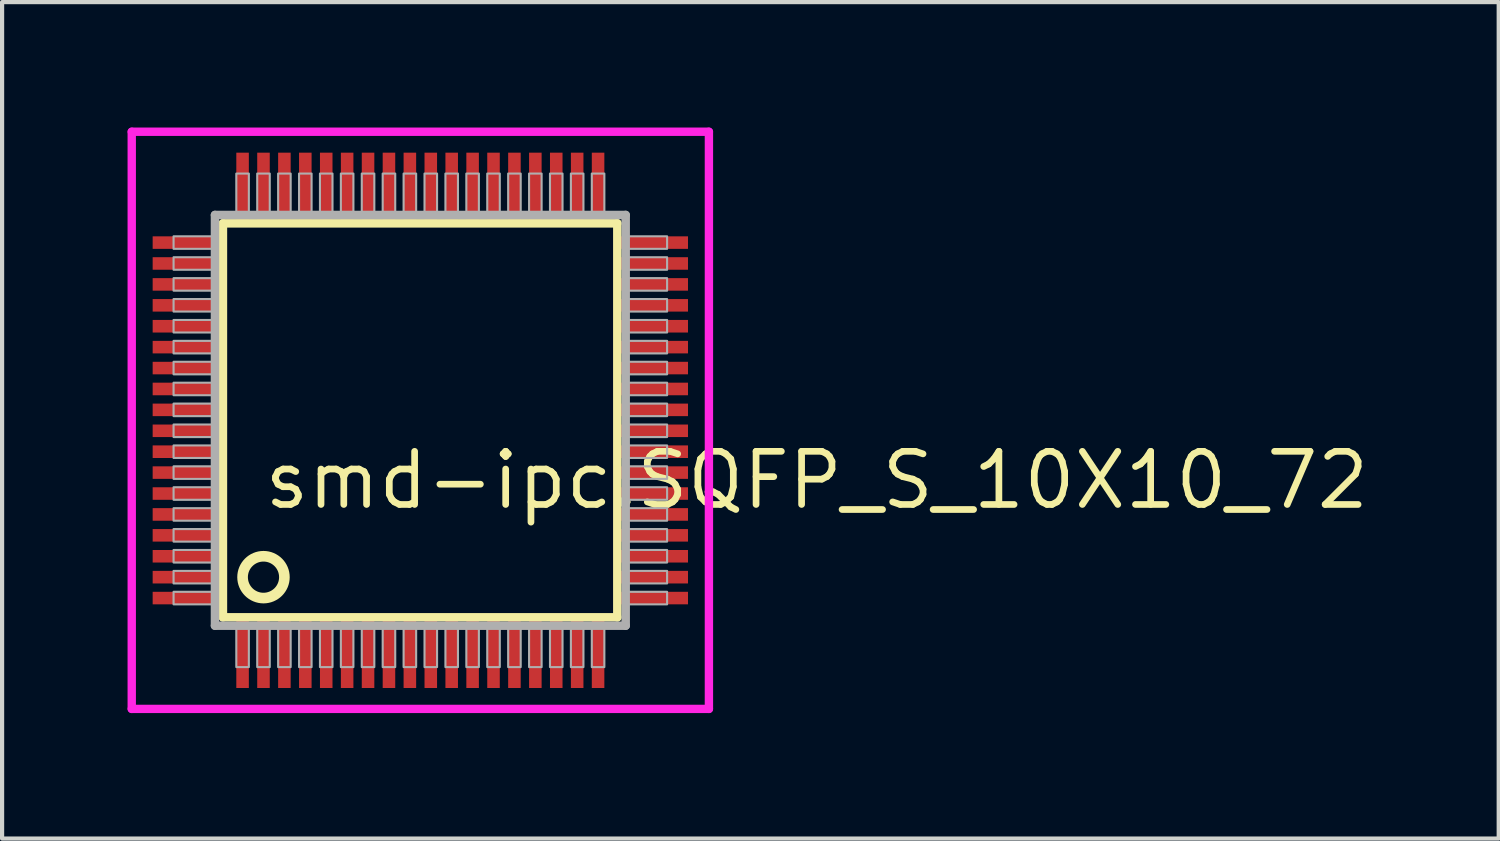
<source format=kicad_pcb>
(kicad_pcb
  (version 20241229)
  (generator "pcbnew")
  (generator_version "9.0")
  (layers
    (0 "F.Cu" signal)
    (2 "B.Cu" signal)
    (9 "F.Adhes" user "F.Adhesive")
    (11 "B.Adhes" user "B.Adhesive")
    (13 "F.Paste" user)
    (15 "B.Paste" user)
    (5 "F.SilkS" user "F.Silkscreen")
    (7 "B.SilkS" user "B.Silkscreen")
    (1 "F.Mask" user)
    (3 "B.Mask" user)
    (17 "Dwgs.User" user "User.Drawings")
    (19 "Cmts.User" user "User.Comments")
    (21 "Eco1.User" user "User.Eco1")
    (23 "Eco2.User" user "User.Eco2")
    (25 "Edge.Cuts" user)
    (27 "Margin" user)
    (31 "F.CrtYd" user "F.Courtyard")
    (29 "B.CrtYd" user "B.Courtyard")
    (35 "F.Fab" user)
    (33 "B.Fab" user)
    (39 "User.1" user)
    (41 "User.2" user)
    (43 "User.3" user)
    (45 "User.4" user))
  (footprint "smd-ipc.SQFP_S_10X10_72"
    (layer "F.Cu")
    (at 7 7)
    (property "Reference" "smd-ipc.SQFP_S_10X10_72" (at -3.81 2.175 0) (layer "F.SilkS") (effects (font (size 1.27 1.27) (thickness 0.16)) (justify left bottom)))
    (attr smd)
    (fp_line (start -4.72 -4.71) (end 4.71 -4.71) (stroke (width 0.203) (type default)) (layer "F.SilkS"))
    (fp_line (start -4.72 4.71) (end -4.72 -4.71) (stroke (width 0.203) (type default)) (layer "F.SilkS"))
    (fp_line (start 4.71 -4.71) (end 4.71 4.71) (stroke (width 0.203) (type default)) (layer "F.SilkS"))
    (fp_line (start 4.71 4.71) (end -4.72 4.71) (stroke (width 0.203) (type default)) (layer "F.SilkS"))
    (fp_circle (center -3.75 3.75) (end -3.25 3.75) (stroke (width 0.254) (type default)) (fill no) (layer "F.SilkS"))
    (fp_line (start -6.9 -6.9) (end 6.9 -6.9) (stroke (width 0.2) (type default)) (layer "F.CrtYd"))
    (fp_line (start -6.9 6.9) (end -6.9 -6.9) (stroke (width 0.2) (type default)) (layer "F.CrtYd"))
    (fp_line (start 6.9 -6.9) (end 6.9 6.9) (stroke (width 0.2) (type default)) (layer "F.CrtYd"))
    (fp_line (start 6.9 6.9) (end -6.9 6.9) (stroke (width 0.2) (type default)) (layer "F.CrtYd"))
    (fp_line (start -4.91 -4.91) (end -4.91 4.91) (stroke (width 0.203) (type default)) (layer "F.Fab"))
    (fp_line (start -4.91 4.91) (end 4.91 4.91) (stroke (width 0.203) (type default)) (layer "F.Fab"))
    (fp_line (start 4.91 -4.91) (end -4.91 -4.91) (stroke (width 0.203) (type default)) (layer "F.Fab"))
    (fp_line (start 4.91 4.91) (end 4.91 -4.91) (stroke (width 0.203) (type default)) (layer "F.Fab"))
    (fp_rect (start -5.9 -4.1) (end -4.95 -4.4) (stroke (width 0.05) (type default)) (fill no) (layer "F.Fab"))
    (fp_rect (start -5.9 -3.6) (end -4.95 -3.9) (stroke (width 0.05) (type default)) (fill no) (layer "F.Fab"))
    (fp_rect (start -5.9 -3.1) (end -4.95 -3.4) (stroke (width 0.05) (type default)) (fill no) (layer "F.Fab"))
    (fp_rect (start -5.9 -2.6) (end -4.95 -2.9) (stroke (width 0.05) (type default)) (fill no) (layer "F.Fab"))
    (fp_rect (start -5.9 -2.1) (end -4.95 -2.4) (stroke (width 0.05) (type default)) (fill no) (layer "F.Fab"))
    (fp_rect (start -5.9 -1.6) (end -4.95 -1.9) (stroke (width 0.05) (type default)) (fill no) (layer "F.Fab"))
    (fp_rect (start -5.9 -1.1) (end -4.95 -1.4) (stroke (width 0.05) (type default)) (fill no) (layer "F.Fab"))
    (fp_rect (start -5.9 -0.6) (end -4.95 -0.9) (stroke (width 0.05) (type default)) (fill no) (layer "F.Fab"))
    (fp_rect (start -5.9 -0.1) (end -4.95 -0.4) (stroke (width 0.05) (type default)) (fill no) (layer "F.Fab"))
    (fp_rect (start -5.9 0.4) (end -4.95 0.1) (stroke (width 0.05) (type default)) (fill no) (layer "F.Fab"))
    (fp_rect (start -5.9 0.9) (end -4.95 0.6) (stroke (width 0.05) (type default)) (fill no) (layer "F.Fab"))
    (fp_rect (start -5.9 1.4) (end -4.95 1.1) (stroke (width 0.05) (type default)) (fill no) (layer "F.Fab"))
    (fp_rect (start -5.9 1.9) (end -4.95 1.6) (stroke (width 0.05) (type default)) (fill no) (layer "F.Fab"))
    (fp_rect (start -5.9 2.4) (end -4.95 2.1) (stroke (width 0.05) (type default)) (fill no) (layer "F.Fab"))
    (fp_rect (start -5.9 2.9) (end -4.95 2.6) (stroke (width 0.05) (type default)) (fill no) (layer "F.Fab"))
    (fp_rect (start -5.9 3.4) (end -4.95 3.1) (stroke (width 0.05) (type default)) (fill no) (layer "F.Fab"))
    (fp_rect (start -5.9 3.9) (end -4.95 3.6) (stroke (width 0.05) (type default)) (fill no) (layer "F.Fab"))
    (fp_rect (start -5.9 4.4) (end -4.95 4.1) (stroke (width 0.05) (type default)) (fill no) (layer "F.Fab"))
    (fp_rect (start -4.4 -4.95) (end -4.1 -5.9) (stroke (width 0.05) (type default)) (fill no) (layer "F.Fab"))
    (fp_rect (start -4.4 5.9) (end -4.1 4.95) (stroke (width 0.05) (type default)) (fill no) (layer "F.Fab"))
    (fp_rect (start -3.9 -4.95) (end -3.6 -5.9) (stroke (width 0.05) (type default)) (fill no) (layer "F.Fab"))
    (fp_rect (start -3.9 5.9) (end -3.6 4.95) (stroke (width 0.05) (type default)) (fill no) (layer "F.Fab"))
    (fp_rect (start -3.4 -4.95) (end -3.1 -5.9) (stroke (width 0.05) (type default)) (fill no) (layer "F.Fab"))
    (fp_rect (start -3.4 5.9) (end -3.1 4.95) (stroke (width 0.05) (type default)) (fill no) (layer "F.Fab"))
    (fp_rect (start -2.9 -4.95) (end -2.6 -5.9) (stroke (width 0.05) (type default)) (fill no) (layer "F.Fab"))
    (fp_rect (start -2.9 5.9) (end -2.6 4.95) (stroke (width 0.05) (type default)) (fill no) (layer "F.Fab"))
    (fp_rect (start -2.4 -4.95) (end -2.1 -5.9) (stroke (width 0.05) (type default)) (fill no) (layer "F.Fab"))
    (fp_rect (start -2.4 5.9) (end -2.1 4.95) (stroke (width 0.05) (type default)) (fill no) (layer "F.Fab"))
    (fp_rect (start -1.9 -4.95) (end -1.6 -5.9) (stroke (width 0.05) (type default)) (fill no) (layer "F.Fab"))
    (fp_rect (start -1.9 5.9) (end -1.6 4.95) (stroke (width 0.05) (type default)) (fill no) (layer "F.Fab"))
    (fp_rect (start -1.4 -4.95) (end -1.1 -5.9) (stroke (width 0.05) (type default)) (fill no) (layer "F.Fab"))
    (fp_rect (start -1.4 5.9) (end -1.1 4.95) (stroke (width 0.05) (type default)) (fill no) (layer "F.Fab"))
    (fp_rect (start -0.9 -4.95) (end -0.6 -5.9) (stroke (width 0.05) (type default)) (fill no) (layer "F.Fab"))
    (fp_rect (start -0.9 5.9) (end -0.6 4.95) (stroke (width 0.05) (type default)) (fill no) (layer "F.Fab"))
    (fp_rect (start -0.4 -4.95) (end -0.1 -5.9) (stroke (width 0.05) (type default)) (fill no) (layer "F.Fab"))
    (fp_rect (start -0.4 5.9) (end -0.1 4.95) (stroke (width 0.05) (type default)) (fill no) (layer "F.Fab"))
    (fp_rect (start 0.1 -4.95) (end 0.4 -5.9) (stroke (width 0.05) (type default)) (fill no) (layer "F.Fab"))
    (fp_rect (start 0.1 5.9) (end 0.4 4.95) (stroke (width 0.05) (type default)) (fill no) (layer "F.Fab"))
    (fp_rect (start 0.6 -4.95) (end 0.9 -5.9) (stroke (width 0.05) (type default)) (fill no) (layer "F.Fab"))
    (fp_rect (start 0.6 5.9) (end 0.9 4.95) (stroke (width 0.05) (type default)) (fill no) (layer "F.Fab"))
    (fp_rect (start 1.1 -4.95) (end 1.4 -5.9) (stroke (width 0.05) (type default)) (fill no) (layer "F.Fab"))
    (fp_rect (start 1.1 5.9) (end 1.4 4.95) (stroke (width 0.05) (type default)) (fill no) (layer "F.Fab"))
    (fp_rect (start 1.6 -4.95) (end 1.9 -5.9) (stroke (width 0.05) (type default)) (fill no) (layer "F.Fab"))
    (fp_rect (start 1.6 5.9) (end 1.9 4.95) (stroke (width 0.05) (type default)) (fill no) (layer "F.Fab"))
    (fp_rect (start 2.1 -4.95) (end 2.4 -5.9) (stroke (width 0.05) (type default)) (fill no) (layer "F.Fab"))
    (fp_rect (start 2.1 5.9) (end 2.4 4.95) (stroke (width 0.05) (type default)) (fill no) (layer "F.Fab"))
    (fp_rect (start 2.6 -4.95) (end 2.9 -5.9) (stroke (width 0.05) (type default)) (fill no) (layer "F.Fab"))
    (fp_rect (start 2.6 5.9) (end 2.9 4.95) (stroke (width 0.05) (type default)) (fill no) (layer "F.Fab"))
    (fp_rect (start 3.1 -4.95) (end 3.4 -5.9) (stroke (width 0.05) (type default)) (fill no) (layer "F.Fab"))
    (fp_rect (start 3.1 5.9) (end 3.4 4.95) (stroke (width 0.05) (type default)) (fill no) (layer "F.Fab"))
    (fp_rect (start 3.6 -4.95) (end 3.9 -5.9) (stroke (width 0.05) (type default)) (fill no) (layer "F.Fab"))
    (fp_rect (start 3.6 5.9) (end 3.9 4.95) (stroke (width 0.05) (type default)) (fill no) (layer "F.Fab"))
    (fp_rect (start 4.1 -4.95) (end 4.4 -5.9) (stroke (width 0.05) (type default)) (fill no) (layer "F.Fab"))
    (fp_rect (start 4.1 5.9) (end 4.4 4.95) (stroke (width 0.05) (type default)) (fill no) (layer "F.Fab"))
    (fp_rect (start 4.95 -4.1) (end 5.9 -4.4) (stroke (width 0.05) (type default)) (fill no) (layer "F.Fab"))
    (fp_rect (start 4.95 -3.6) (end 5.9 -3.9) (stroke (width 0.05) (type default)) (fill no) (layer "F.Fab"))
    (fp_rect (start 4.95 -3.1) (end 5.9 -3.4) (stroke (width 0.05) (type default)) (fill no) (layer "F.Fab"))
    (fp_rect (start 4.95 -2.6) (end 5.9 -2.9) (stroke (width 0.05) (type default)) (fill no) (layer "F.Fab"))
    (fp_rect (start 4.95 -2.1) (end 5.9 -2.4) (stroke (width 0.05) (type default)) (fill no) (layer "F.Fab"))
    (fp_rect (start 4.95 -1.6) (end 5.9 -1.9) (stroke (width 0.05) (type default)) (fill no) (layer "F.Fab"))
    (fp_rect (start 4.95 -1.1) (end 5.9 -1.4) (stroke (width 0.05) (type default)) (fill no) (layer "F.Fab"))
    (fp_rect (start 4.95 -0.6) (end 5.9 -0.9) (stroke (width 0.05) (type default)) (fill no) (layer "F.Fab"))
    (fp_rect (start 4.95 -0.1) (end 5.9 -0.4) (stroke (width 0.05) (type default)) (fill no) (layer "F.Fab"))
    (fp_rect (start 4.95 0.4) (end 5.9 0.1) (stroke (width 0.05) (type default)) (fill no) (layer "F.Fab"))
    (fp_rect (start 4.95 0.9) (end 5.9 0.6) (stroke (width 0.05) (type default)) (fill no) (layer "F.Fab"))
    (fp_rect (start 4.95 1.4) (end 5.9 1.1) (stroke (width 0.05) (type default)) (fill no) (layer "F.Fab"))
    (fp_rect (start 4.95 1.9) (end 5.9 1.6) (stroke (width 0.05) (type default)) (fill no) (layer "F.Fab"))
    (fp_rect (start 4.95 2.4) (end 5.9 2.1) (stroke (width 0.05) (type default)) (fill no) (layer "F.Fab"))
    (fp_rect (start 4.95 2.9) (end 5.9 2.6) (stroke (width 0.05) (type default)) (fill no) (layer "F.Fab"))
    (fp_rect (start 4.95 3.4) (end 5.9 3.1) (stroke (width 0.05) (type default)) (fill no) (layer "F.Fab"))
    (fp_rect (start 4.95 3.9) (end 5.9 3.6) (stroke (width 0.05) (type default)) (fill no) (layer "F.Fab"))
    (fp_rect (start 4.95 4.4) (end 5.9 4.1) (stroke (width 0.05) (type default)) (fill no) (layer "F.Fab"))
    (pad "1" smd roundrect (at -4.25 5.6) (size 0.3 1.6) (layers "F.Cu" "F.Mask" "F.Paste") (roundrect_rratio 0.01))
    (pad "2" smd roundrect (at -3.75 5.6) (size 0.3 1.6) (layers "F.Cu" "F.Mask" "F.Paste") (roundrect_rratio 0.01))
    (pad "3" smd roundrect (at -3.25 5.6) (size 0.3 1.6) (layers "F.Cu" "F.Mask" "F.Paste") (roundrect_rratio 0.01))
    (pad "4" smd roundrect (at -2.75 5.6) (size 0.3 1.6) (layers "F.Cu" "F.Mask" "F.Paste") (roundrect_rratio 0.01))
    (pad "5" smd roundrect (at -2.25 5.6) (size 0.3 1.6) (layers "F.Cu" "F.Mask" "F.Paste") (roundrect_rratio 0.01))
    (pad "6" smd roundrect (at -1.75 5.6) (size 0.3 1.6) (layers "F.Cu" "F.Mask" "F.Paste") (roundrect_rratio 0.01))
    (pad "7" smd roundrect (at -1.25 5.6) (size 0.3 1.6) (layers "F.Cu" "F.Mask" "F.Paste") (roundrect_rratio 0.01))
    (pad "8" smd roundrect (at -0.75 5.6) (size 0.3 1.6) (layers "F.Cu" "F.Mask" "F.Paste") (roundrect_rratio 0.01))
    (pad "9" smd roundrect (at -0.25 5.6) (size 0.3 1.6) (layers "F.Cu" "F.Mask" "F.Paste") (roundrect_rratio 0.01))
    (pad "10" smd roundrect (at 0.25 5.6) (size 0.3 1.6) (layers "F.Cu" "F.Mask" "F.Paste") (roundrect_rratio 0.01))
    (pad "11" smd roundrect (at 0.75 5.6) (size 0.3 1.6) (layers "F.Cu" "F.Mask" "F.Paste") (roundrect_rratio 0.01))
    (pad "12" smd roundrect (at 1.25 5.6) (size 0.3 1.6) (layers "F.Cu" "F.Mask" "F.Paste") (roundrect_rratio 0.01))
    (pad "13" smd roundrect (at 1.75 5.6) (size 0.3 1.6) (layers "F.Cu" "F.Mask" "F.Paste") (roundrect_rratio 0.01))
    (pad "14" smd roundrect (at 2.25 5.6) (size 0.3 1.6) (layers "F.Cu" "F.Mask" "F.Paste") (roundrect_rratio 0.01))
    (pad "15" smd roundrect (at 2.75 5.6) (size 0.3 1.6) (layers "F.Cu" "F.Mask" "F.Paste") (roundrect_rratio 0.01))
    (pad "16" smd roundrect (at 3.25 5.6) (size 0.3 1.6) (layers "F.Cu" "F.Mask" "F.Paste") (roundrect_rratio 0.01))
    (pad "17" smd roundrect (at 3.75 5.6) (size 0.3 1.6) (layers "F.Cu" "F.Mask" "F.Paste") (roundrect_rratio 0.01))
    (pad "18" smd roundrect (at 4.25 5.6) (size 0.3 1.6) (layers "F.Cu" "F.Mask" "F.Paste") (roundrect_rratio 0.01))
    (pad "19" smd roundrect (at 5.6 4.25) (size 1.6 0.3) (layers "F.Cu" "F.Mask" "F.Paste") (roundrect_rratio 0.01))
    (pad "20" smd roundrect (at 5.6 3.75) (size 1.6 0.3) (layers "F.Cu" "F.Mask" "F.Paste") (roundrect_rratio 0.01))
    (pad "21" smd roundrect (at 5.6 3.25) (size 1.6 0.3) (layers "F.Cu" "F.Mask" "F.Paste") (roundrect_rratio 0.01))
    (pad "22" smd roundrect (at 5.6 2.75) (size 1.6 0.3) (layers "F.Cu" "F.Mask" "F.Paste") (roundrect_rratio 0.01))
    (pad "23" smd roundrect (at 5.6 2.25) (size 1.6 0.3) (layers "F.Cu" "F.Mask" "F.Paste") (roundrect_rratio 0.01))
    (pad "24" smd roundrect (at 5.6 1.75) (size 1.6 0.3) (layers "F.Cu" "F.Mask" "F.Paste") (roundrect_rratio 0.01))
    (pad "25" smd roundrect (at 5.6 1.25) (size 1.6 0.3) (layers "F.Cu" "F.Mask" "F.Paste") (roundrect_rratio 0.01))
    (pad "26" smd roundrect (at 5.6 0.75) (size 1.6 0.3) (layers "F.Cu" "F.Mask" "F.Paste") (roundrect_rratio 0.01))
    (pad "27" smd roundrect (at 5.6 0.25) (size 1.6 0.3) (layers "F.Cu" "F.Mask" "F.Paste") (roundrect_rratio 0.01))
    (pad "28" smd roundrect (at 5.6 -0.25) (size 1.6 0.3) (layers "F.Cu" "F.Mask" "F.Paste") (roundrect_rratio 0.01))
    (pad "29" smd roundrect (at 5.6 -0.75) (size 1.6 0.3) (layers "F.Cu" "F.Mask" "F.Paste") (roundrect_rratio 0.01))
    (pad "30" smd roundrect (at 5.6 -1.25) (size 1.6 0.3) (layers "F.Cu" "F.Mask" "F.Paste") (roundrect_rratio 0.01))
    (pad "31" smd roundrect (at 5.6 -1.75) (size 1.6 0.3) (layers "F.Cu" "F.Mask" "F.Paste") (roundrect_rratio 0.01))
    (pad "32" smd roundrect (at 5.6 -2.25) (size 1.6 0.3) (layers "F.Cu" "F.Mask" "F.Paste") (roundrect_rratio 0.01))
    (pad "33" smd roundrect (at 5.6 -2.75) (size 1.6 0.3) (layers "F.Cu" "F.Mask" "F.Paste") (roundrect_rratio 0.01))
    (pad "34" smd roundrect (at 5.6 -3.25) (size 1.6 0.3) (layers "F.Cu" "F.Mask" "F.Paste") (roundrect_rratio 0.01))
    (pad "35" smd roundrect (at 5.6 -3.75) (size 1.6 0.3) (layers "F.Cu" "F.Mask" "F.Paste") (roundrect_rratio 0.01))
    (pad "36" smd roundrect (at 5.6 -4.25) (size 1.6 0.3) (layers "F.Cu" "F.Mask" "F.Paste") (roundrect_rratio 0.01))
    (pad "37" smd roundrect (at 4.25 -5.6) (size 0.3 1.6) (layers "F.Cu" "F.Mask" "F.Paste") (roundrect_rratio 0.01))
    (pad "38" smd roundrect (at 3.75 -5.6) (size 0.3 1.6) (layers "F.Cu" "F.Mask" "F.Paste") (roundrect_rratio 0.01))
    (pad "39" smd roundrect (at 3.25 -5.6) (size 0.3 1.6) (layers "F.Cu" "F.Mask" "F.Paste") (roundrect_rratio 0.01))
    (pad "40" smd roundrect (at 2.75 -5.6) (size 0.3 1.6) (layers "F.Cu" "F.Mask" "F.Paste") (roundrect_rratio 0.01))
    (pad "41" smd roundrect (at 2.25 -5.6) (size 0.3 1.6) (layers "F.Cu" "F.Mask" "F.Paste") (roundrect_rratio 0.01))
    (pad "42" smd roundrect (at 1.75 -5.6) (size 0.3 1.6) (layers "F.Cu" "F.Mask" "F.Paste") (roundrect_rratio 0.01))
    (pad "43" smd roundrect (at 1.25 -5.6) (size 0.3 1.6) (layers "F.Cu" "F.Mask" "F.Paste") (roundrect_rratio 0.01))
    (pad "44" smd roundrect (at 0.75 -5.6) (size 0.3 1.6) (layers "F.Cu" "F.Mask" "F.Paste") (roundrect_rratio 0.01))
    (pad "45" smd roundrect (at 0.25 -5.6) (size 0.3 1.6) (layers "F.Cu" "F.Mask" "F.Paste") (roundrect_rratio 0.01))
    (pad "46" smd roundrect (at -0.25 -5.6) (size 0.3 1.6) (layers "F.Cu" "F.Mask" "F.Paste") (roundrect_rratio 0.01))
    (pad "47" smd roundrect (at -0.75 -5.6) (size 0.3 1.6) (layers "F.Cu" "F.Mask" "F.Paste") (roundrect_rratio 0.01))
    (pad "48" smd roundrect (at -1.25 -5.6) (size 0.3 1.6) (layers "F.Cu" "F.Mask" "F.Paste") (roundrect_rratio 0.01))
    (pad "49" smd roundrect (at -1.75 -5.6) (size 0.3 1.6) (layers "F.Cu" "F.Mask" "F.Paste") (roundrect_rratio 0.01))
    (pad "50" smd roundrect (at -2.25 -5.6) (size 0.3 1.6) (layers "F.Cu" "F.Mask" "F.Paste") (roundrect_rratio 0.01))
    (pad "51" smd roundrect (at -2.75 -5.6) (size 0.3 1.6) (layers "F.Cu" "F.Mask" "F.Paste") (roundrect_rratio 0.01))
    (pad "52" smd roundrect (at -3.25 -5.6) (size 0.3 1.6) (layers "F.Cu" "F.Mask" "F.Paste") (roundrect_rratio 0.01))
    (pad "53" smd roundrect (at -3.75 -5.6) (size 0.3 1.6) (layers "F.Cu" "F.Mask" "F.Paste") (roundrect_rratio 0.01))
    (pad "54" smd roundrect (at -4.25 -5.6) (size 0.3 1.6) (layers "F.Cu" "F.Mask" "F.Paste") (roundrect_rratio 0.01))
    (pad "55" smd roundrect (at -5.6 -4.25) (size 1.6 0.3) (layers "F.Cu" "F.Mask" "F.Paste") (roundrect_rratio 0.01))
    (pad "56" smd roundrect (at -5.6 -3.75) (size 1.6 0.3) (layers "F.Cu" "F.Mask" "F.Paste") (roundrect_rratio 0.01))
    (pad "57" smd roundrect (at -5.6 -3.25) (size 1.6 0.3) (layers "F.Cu" "F.Mask" "F.Paste") (roundrect_rratio 0.01))
    (pad "58" smd roundrect (at -5.6 -2.75) (size 1.6 0.3) (layers "F.Cu" "F.Mask" "F.Paste") (roundrect_rratio 0.01))
    (pad "59" smd roundrect (at -5.6 -2.25) (size 1.6 0.3) (layers "F.Cu" "F.Mask" "F.Paste") (roundrect_rratio 0.01))
    (pad "60" smd roundrect (at -5.6 -1.75) (size 1.6 0.3) (layers "F.Cu" "F.Mask" "F.Paste") (roundrect_rratio 0.01))
    (pad "61" smd roundrect (at -5.6 -1.25) (size 1.6 0.3) (layers "F.Cu" "F.Mask" "F.Paste") (roundrect_rratio 0.01))
    (pad "62" smd roundrect (at -5.6 -0.75) (size 1.6 0.3) (layers "F.Cu" "F.Mask" "F.Paste") (roundrect_rratio 0.01))
    (pad "63" smd roundrect (at -5.6 -0.25) (size 1.6 0.3) (layers "F.Cu" "F.Mask" "F.Paste") (roundrect_rratio 0.01))
    (pad "64" smd roundrect (at -5.6 0.25) (size 1.6 0.3) (layers "F.Cu" "F.Mask" "F.Paste") (roundrect_rratio 0.01))
    (pad "65" smd roundrect (at -5.6 0.75) (size 1.6 0.3) (layers "F.Cu" "F.Mask" "F.Paste") (roundrect_rratio 0.01))
    (pad "66" smd roundrect (at -5.6 1.25) (size 1.6 0.3) (layers "F.Cu" "F.Mask" "F.Paste") (roundrect_rratio 0.01))
    (pad "67" smd roundrect (at -5.6 1.75) (size 1.6 0.3) (layers "F.Cu" "F.Mask" "F.Paste") (roundrect_rratio 0.01))
    (pad "68" smd roundrect (at -5.6 2.25) (size 1.6 0.3) (layers "F.Cu" "F.Mask" "F.Paste") (roundrect_rratio 0.01))
    (pad "69" smd roundrect (at -5.6 2.75) (size 1.6 0.3) (layers "F.Cu" "F.Mask" "F.Paste") (roundrect_rratio 0.01))
    (pad "70" smd roundrect (at -5.6 3.25) (size 1.6 0.3) (layers "F.Cu" "F.Mask" "F.Paste") (roundrect_rratio 0.01))
    (pad "71" smd roundrect (at -5.6 3.75) (size 1.6 0.3) (layers "F.Cu" "F.Mask" "F.Paste") (roundrect_rratio 0.01))
    (pad "72" smd roundrect (at -5.6 4.25) (size 1.6 0.3) (layers "F.Cu" "F.Mask" "F.Paste") (roundrect_rratio 0.01)))
  (gr_rect
    (start -3 -3)
    (end 32.784 17)
    (stroke (width 0.1) (type default))
    (fill no)
    (layer "Edge.Cuts")))
</source>
